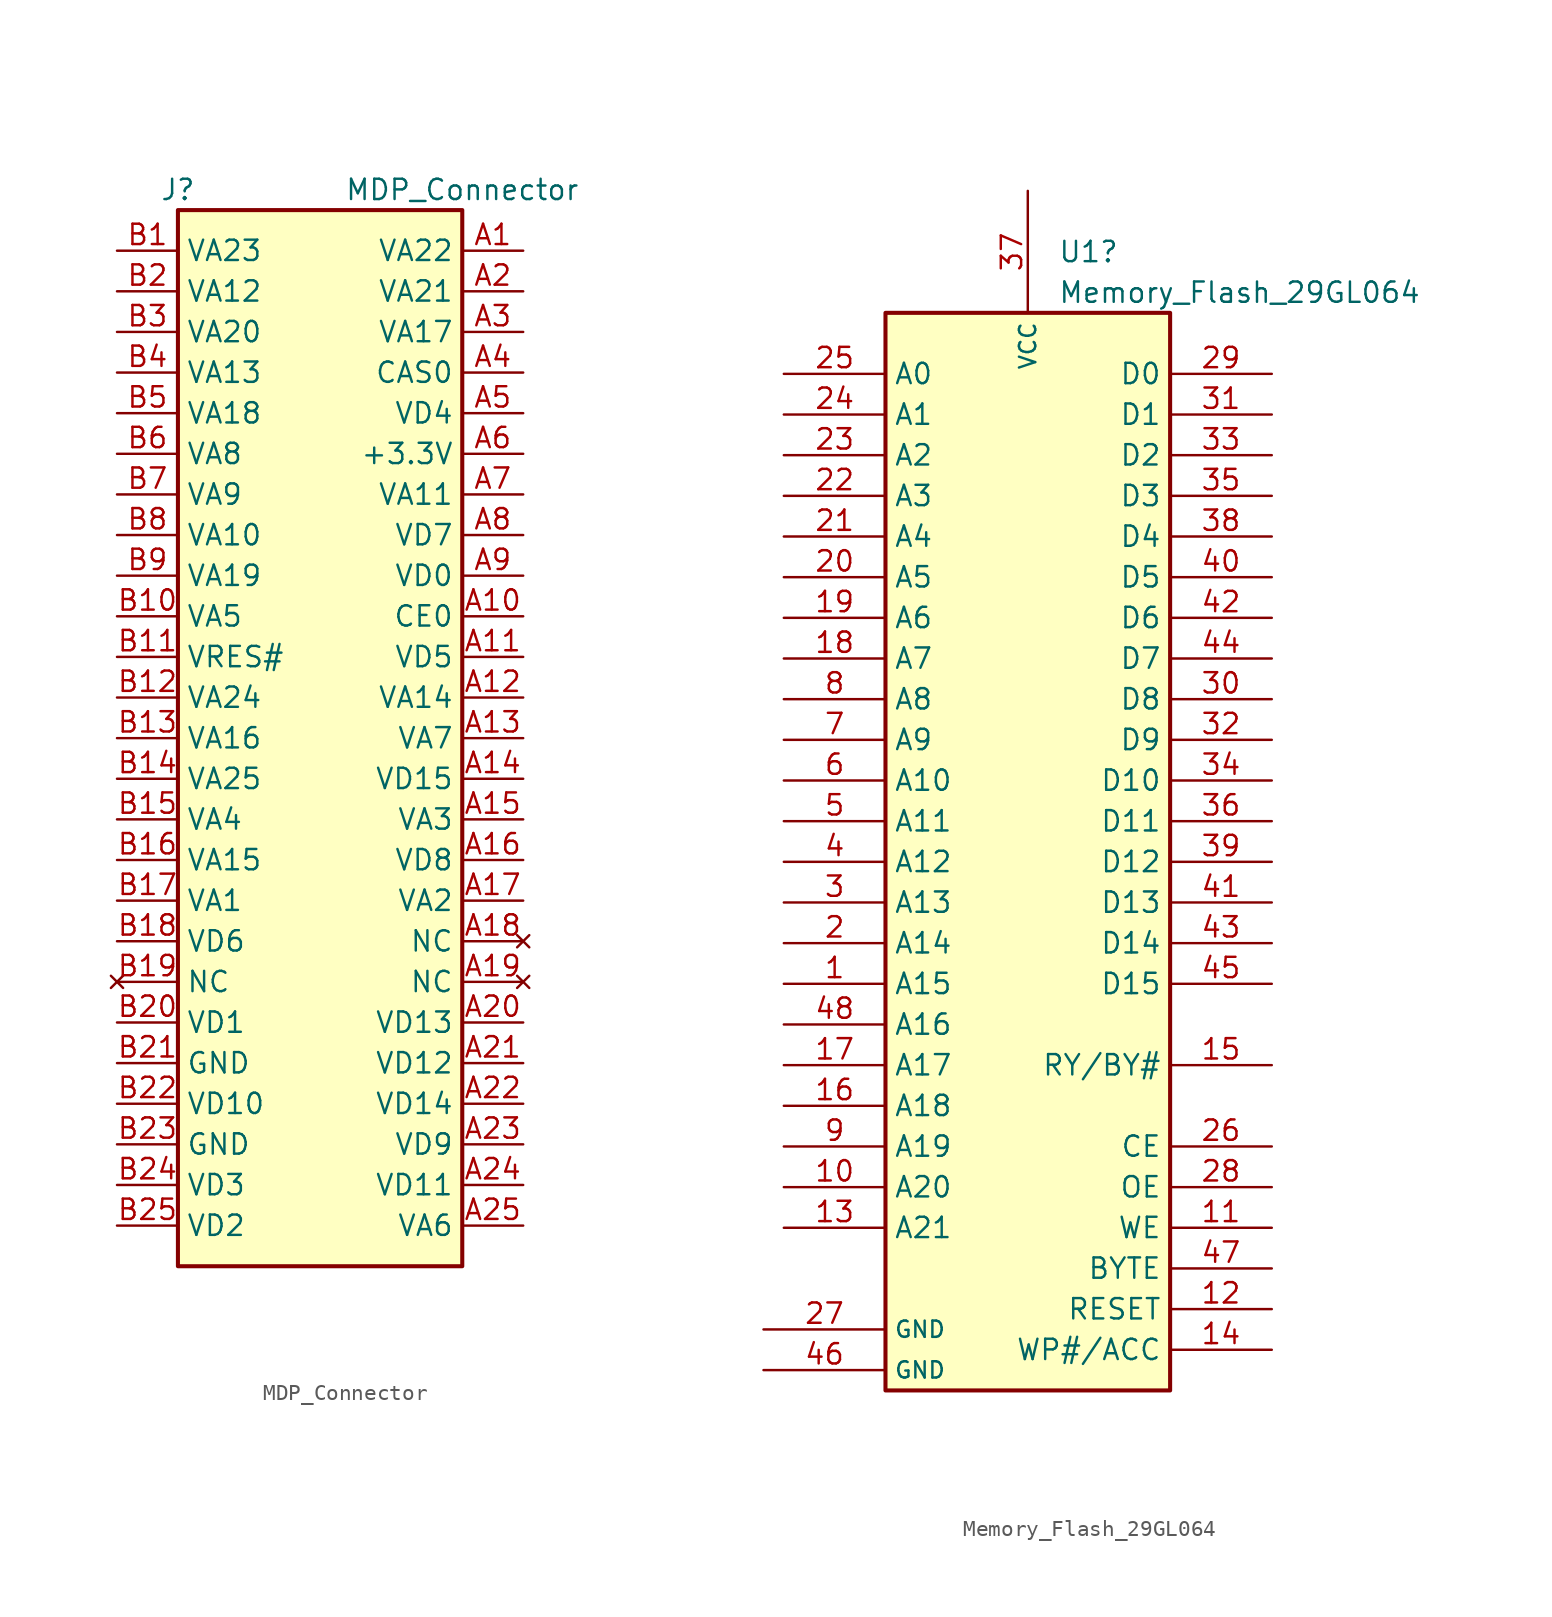
<source format=kicad_sym>
(kicad_symbol_lib
  (version 20241209)
  (generator "kicad_symbol_editor")
  (generator_version "9.0")
  (symbol "MDP_Connector"
    (property "Reference" "J"
      (at -8.89 34.29 0)
      (effects (font (size 1.27 1.27))))
    (property "Value" "MDP_Connector"
      (at 8.89 34.29 0)
      (effects (font (size 1.27 1.27))))
    (symbol "MDP_Connector_0_1"
      (rectangle (start -8.89 33.02) (end 8.89 -33.02) (stroke (width 0.254) (type default)) (fill (type background))))
    (symbol "MDP_Connector_1_1"
      (pin passive line (at -12.7 30.48 0) (length 3.81) (name "VA23" (effects (font (size 1.27 1.27)))) (number "B1" (effects (font (size 1.27 1.27)))))
      (pin passive line (at -12.7 27.94 0) (length 3.81) (name "VA12" (effects (font (size 1.27 1.27)))) (number "B2" (effects (font (size 1.27 1.27)))))
      (pin passive line (at -12.7 25.4 0) (length 3.81) (name "VA20" (effects (font (size 1.27 1.27)))) (number "B3" (effects (font (size 1.27 1.27)))))
      (pin passive line (at -12.7 22.86 0) (length 3.81) (name "VA13" (effects (font (size 1.27 1.27)))) (number "B4" (effects (font (size 1.27 1.27)))))
      (pin passive line (at -12.7 20.32 0) (length 3.81) (name "VA18" (effects (font (size 1.27 1.27)))) (number "B5" (effects (font (size 1.27 1.27)))))
      (pin passive line (at -12.7 17.78 0) (length 3.81) (name "VA8" (effects (font (size 1.27 1.27)))) (number "B6" (effects (font (size 1.27 1.27)))))
      (pin passive line (at -12.7 15.24 0) (length 3.81) (name "VA9" (effects (font (size 1.27 1.27)))) (number "B7" (effects (font (size 1.27 1.27)))))
      (pin passive line (at -12.7 12.7 0) (length 3.81) (name "VA10" (effects (font (size 1.27 1.27)))) (number "B8" (effects (font (size 1.27 1.27)))))
      (pin passive line (at -12.7 10.16 0) (length 3.81) (name "VA19" (effects (font (size 1.27 1.27)))) (number "B9" (effects (font (size 1.27 1.27)))))
      (pin passive line (at -12.7 7.62 0) (length 3.81) (name "VA5" (effects (font (size 1.27 1.27)))) (number "B10" (effects (font (size 1.27 1.27)))))
      (pin passive line (at -12.7 5.08 0) (length 3.81) (name "VRES#" (effects (font (size 1.27 1.27)))) (number "B11" (effects (font (size 1.27 1.27)))))
      (pin passive line (at -12.7 2.54 0) (length 3.81) (name "VA24" (effects (font (size 1.27 1.27)))) (number "B12" (effects (font (size 1.27 1.27)))))
      (pin passive line (at -12.7 0 0) (length 3.81) (name "VA16" (effects (font (size 1.27 1.27)))) (number "B13" (effects (font (size 1.27 1.27)))))
      (pin passive line (at -12.7 -2.54 0) (length 3.81) (name "VA25" (effects (font (size 1.27 1.27)))) (number "B14" (effects (font (size 1.27 1.27)))))
      (pin passive line (at -12.7 -5.08 0) (length 3.81) (name "VA4" (effects (font (size 1.27 1.27)))) (number "B15" (effects (font (size 1.27 1.27)))))
      (pin passive line (at -12.7 -7.62 0) (length 3.81) (name "VA15" (effects (font (size 1.27 1.27)))) (number "B16" (effects (font (size 1.27 1.27)))))
      (pin passive line (at -12.7 -10.16 0) (length 3.81) (name "VA1" (effects (font (size 1.27 1.27)))) (number "B17" (effects (font (size 1.27 1.27)))))
      (pin passive line (at -12.7 -12.7 0) (length 3.81) (name "VD6" (effects (font (size 1.27 1.27)))) (number "B18" (effects (font (size 1.27 1.27)))))
      (pin no_connect line (at -12.7 -15.24 0) (length 3.81) (name "NC" (effects (font (size 1.27 1.27)))) (number "B19" (effects (font (size 1.27 1.27)))))
      (pin passive line (at -12.7 -17.78 0) (length 3.81) (name "VD1" (effects (font (size 1.27 1.27)))) (number "B20" (effects (font (size 1.27 1.27)))))
      (pin passive line (at -12.7 -20.32 0) (length 3.81) (name "GND" (effects (font (size 1.27 1.27)))) (number "B21" (effects (font (size 1.27 1.27)))))
      (pin passive line (at -12.7 -22.86 0) (length 3.81) (name "VD10" (effects (font (size 1.27 1.27)))) (number "B22" (effects (font (size 1.27 1.27)))))
      (pin passive line (at -12.7 -25.4 0) (length 3.81) (name "GND" (effects (font (size 1.27 1.27)))) (number "B23" (effects (font (size 1.27 1.27)))))
      (pin passive line (at -12.7 -27.94 0) (length 3.81) (name "VD3" (effects (font (size 1.27 1.27)))) (number "B24" (effects (font (size 1.27 1.27)))))
      (pin passive line (at -12.7 -30.48 0) (length 3.81) (name "VD2" (effects (font (size 1.27 1.27)))) (number "B25" (effects (font (size 1.27 1.27)))))
      (pin passive line (at 12.7 30.48 180) (length 3.81) (name "VA22" (effects (font (size 1.27 1.27)))) (number "A1" (effects (font (size 1.27 1.27)))))
      (pin passive line (at 12.7 27.94 180) (length 3.81) (name "VA21" (effects (font (size 1.27 1.27)))) (number "A2" (effects (font (size 1.27 1.27)))))
      (pin passive line (at 12.7 25.4 180) (length 3.81) (name "VA17" (effects (font (size 1.27 1.27)))) (number "A3" (effects (font (size 1.27 1.27)))))
      (pin passive line (at 12.7 22.86 180) (length 3.81) (name "CAS0" (effects (font (size 1.27 1.27)))) (number "A4" (effects (font (size 1.27 1.27)))))
      (pin passive line (at 12.7 20.32 180) (length 3.81) (name "VD4" (effects (font (size 1.27 1.27)))) (number "A5" (effects (font (size 1.27 1.27)))))
      (pin power_out line (at 12.7 17.78 180) (length 3.81) (name "+3.3V" (effects (font (size 1.27 1.27)))) (number "A6" (effects (font (size 1.27 1.27)))))
      (pin passive line (at 12.7 15.24 180) (length 3.81) (name "VA11" (effects (font (size 1.27 1.27)))) (number "A7" (effects (font (size 1.27 1.27)))))
      (pin passive line (at 12.7 12.7 180) (length 3.81) (name "VD7" (effects (font (size 1.27 1.27)))) (number "A8" (effects (font (size 1.27 1.27)))))
      (pin passive line (at 12.7 10.16 180) (length 3.81) (name "VD0" (effects (font (size 1.27 1.27)))) (number "A9" (effects (font (size 1.27 1.27)))))
      (pin passive line (at 12.7 7.62 180) (length 3.81) (name "CE0" (effects (font (size 1.27 1.27)))) (number "A10" (effects (font (size 1.27 1.27)))))
      (pin passive line (at 12.7 5.08 180) (length 3.81) (name "VD5" (effects (font (size 1.27 1.27)))) (number "A11" (effects (font (size 1.27 1.27)))))
      (pin passive line (at 12.7 2.54 180) (length 3.81) (name "VA14" (effects (font (size 1.27 1.27)))) (number "A12" (effects (font (size 1.27 1.27)))))
      (pin passive line (at 12.7 0 180) (length 3.81) (name "VA7" (effects (font (size 1.27 1.27)))) (number "A13" (effects (font (size 1.27 1.27)))))
      (pin passive line (at 12.7 -2.54 180) (length 3.81) (name "VD15" (effects (font (size 1.27 1.27)))) (number "A14" (effects (font (size 1.27 1.27)))))
      (pin passive line (at 12.7 -5.08 180) (length 3.81) (name "VA3" (effects (font (size 1.27 1.27)))) (number "A15" (effects (font (size 1.27 1.27)))))
      (pin passive line (at 12.7 -7.62 180) (length 3.81) (name "VD8" (effects (font (size 1.27 1.27)))) (number "A16" (effects (font (size 1.27 1.27)))))
      (pin passive line (at 12.7 -10.16 180) (length 3.81) (name "VA2" (effects (font (size 1.27 1.27)))) (number "A17" (effects (font (size 1.27 1.27)))))
      (pin no_connect line (at 12.7 -12.7 180) (length 3.81) (name "NC" (effects (font (size 1.27 1.27)))) (number "A18" (effects (font (size 1.27 1.27)))))
      (pin no_connect line (at 12.7 -15.24 180) (length 3.81) (name "NC" (effects (font (size 1.27 1.27)))) (number "A19" (effects (font (size 1.27 1.27)))))
      (pin passive line (at 12.7 -17.78 180) (length 3.81) (name "VD13" (effects (font (size 1.27 1.27)))) (number "A20" (effects (font (size 1.27 1.27)))))
      (pin passive line (at 12.7 -20.32 180) (length 3.81) (name "VD12" (effects (font (size 1.27 1.27)))) (number "A21" (effects (font (size 1.27 1.27)))))
      (pin passive line (at 12.7 -22.86 180) (length 3.81) (name "VD14" (effects (font (size 1.27 1.27)))) (number "A22" (effects (font (size 1.27 1.27)))))
      (pin passive line (at 12.7 -25.4 180) (length 3.81) (name "VD9" (effects (font (size 1.27 1.27)))) (number "A23" (effects (font (size 1.27 1.27)))))
      (pin passive line (at 12.7 -27.94 180) (length 3.81) (name "VD11" (effects (font (size 1.27 1.27)))) (number "A24" (effects (font (size 1.27 1.27)))))
      (pin passive line (at 12.7 -30.48 180) (length 3.81) (name "VA6" (effects (font (size 1.27 1.27)))) (number "A25" (effects (font (size 1.27 1.27)))))))
  (symbol "Memory_Flash_29GL064"
    (property "Reference" "U1"
      (at 1.88 33.02 0)
      (effects (font (size 1.27 1.27)) (justify left)))
    (property "Value" "Memory_Flash_29GL064"
      (at 1.88 30.48 0)
      (effects (font (size 1.27 1.27)) (justify left)))
    (symbol "Memory_Flash_29GL064_0_1"
      (rectangle (start -8.89 29.21) (end 8.89 -38.1) (stroke (width 0.254) (type default)) (fill (type background))))
    (symbol "Memory_Flash_29GL064_1_1"
      (pin power_in line (at -16.51 -34.29 0) (length 7.62) (name "GND" (effects (font (size 1.016 1.016)))) (number "27" (effects (font (size 1.27 1.27)))))
      (pin power_in line (at -16.51 -36.83 0) (length 7.62) (name "GND" (effects (font (size 1.016 1.016)))) (number "46" (effects (font (size 1.27 1.27)))))
      (pin input line (at -15.24 25.4 0) (length 6.35) (name "A0" (effects (font (size 1.27 1.27)))) (number "25" (effects (font (size 1.27 1.27)))))
      (pin input line (at -15.24 22.86 0) (length 6.35) (name "A1" (effects (font (size 1.27 1.27)))) (number "24" (effects (font (size 1.27 1.27)))))
      (pin input line (at -15.24 20.32 0) (length 6.35) (name "A2" (effects (font (size 1.27 1.27)))) (number "23" (effects (font (size 1.27 1.27)))))
      (pin input line (at -15.24 17.78 0) (length 6.35) (name "A3" (effects (font (size 1.27 1.27)))) (number "22" (effects (font (size 1.27 1.27)))))
      (pin input line (at -15.24 15.24 0) (length 6.35) (name "A4" (effects (font (size 1.27 1.27)))) (number "21" (effects (font (size 1.27 1.27)))))
      (pin input line (at -15.24 12.7 0) (length 6.35) (name "A5" (effects (font (size 1.27 1.27)))) (number "20" (effects (font (size 1.27 1.27)))))
      (pin input line (at -15.24 10.16 0) (length 6.35) (name "A6" (effects (font (size 1.27 1.27)))) (number "19" (effects (font (size 1.27 1.27)))))
      (pin input line (at -15.24 7.62 0) (length 6.35) (name "A7" (effects (font (size 1.27 1.27)))) (number "18" (effects (font (size 1.27 1.27)))))
      (pin input line (at -15.24 5.08 0) (length 6.35) (name "A8" (effects (font (size 1.27 1.27)))) (number "8" (effects (font (size 1.27 1.27)))))
      (pin input line (at -15.24 2.54 0) (length 6.35) (name "A9" (effects (font (size 1.27 1.27)))) (number "7" (effects (font (size 1.27 1.27)))))
      (pin input line (at -15.24 0 0) (length 6.35) (name "A10" (effects (font (size 1.27 1.27)))) (number "6" (effects (font (size 1.27 1.27)))))
      (pin input line (at -15.24 -2.54 0) (length 6.35) (name "A11" (effects (font (size 1.27 1.27)))) (number "5" (effects (font (size 1.27 1.27)))))
      (pin input line (at -15.24 -5.08 0) (length 6.35) (name "A12" (effects (font (size 1.27 1.27)))) (number "4" (effects (font (size 1.27 1.27)))))
      (pin input line (at -15.24 -7.62 0) (length 6.35) (name "A13" (effects (font (size 1.27 1.27)))) (number "3" (effects (font (size 1.27 1.27)))))
      (pin input line (at -15.24 -10.16 0) (length 6.35) (name "A14" (effects (font (size 1.27 1.27)))) (number "2" (effects (font (size 1.27 1.27)))))
      (pin input line (at -15.24 -12.7 0) (length 6.35) (name "A15" (effects (font (size 1.27 1.27)))) (number "1" (effects (font (size 1.27 1.27)))))
      (pin input line (at -15.24 -15.24 0) (length 6.35) (name "A16" (effects (font (size 1.27 1.27)))) (number "48" (effects (font (size 1.27 1.27)))))
      (pin input line (at -15.24 -17.78 0) (length 6.35) (name "A17" (effects (font (size 1.27 1.27)))) (number "17" (effects (font (size 1.27 1.27)))))
      (pin input line (at -15.24 -20.32 0) (length 6.35) (name "A18" (effects (font (size 1.27 1.27)))) (number "16" (effects (font (size 1.27 1.27)))))
      (pin input line (at -15.24 -22.86 0) (length 6.35) (name "A19" (effects (font (size 1.27 1.27)))) (number "9" (effects (font (size 1.27 1.27)))))
      (pin input line (at -15.24 -25.4 0) (length 6.35) (name "A20" (effects (font (size 1.27 1.27)))) (number "10" (effects (font (size 1.27 1.27)))))
      (pin input line (at -15.24 -27.94 0) (length 6.35) (name "A21" (effects (font (size 1.27 1.27)))) (number "13" (effects (font (size 1.27 1.27)))))
      (pin power_in line (at 0 36.83 270) (length 7.62) (name "VCC" (effects (font (size 1.016 1.016)))) (number "37" (effects (font (size 1.27 1.27)))))
      (pin bidirectional line (at 15.24 25.4 180) (length 6.35) (name "D0" (effects (font (size 1.27 1.27)))) (number "29" (effects (font (size 1.27 1.27)))))
      (pin bidirectional line (at 15.24 22.86 180) (length 6.35) (name "D1" (effects (font (size 1.27 1.27)))) (number "31" (effects (font (size 1.27 1.27)))))
      (pin bidirectional line (at 15.24 20.32 180) (length 6.35) (name "D2" (effects (font (size 1.27 1.27)))) (number "33" (effects (font (size 1.27 1.27)))))
      (pin bidirectional line (at 15.24 17.78 180) (length 6.35) (name "D3" (effects (font (size 1.27 1.27)))) (number "35" (effects (font (size 1.27 1.27)))))
      (pin bidirectional line (at 15.24 15.24 180) (length 6.35) (name "D4" (effects (font (size 1.27 1.27)))) (number "38" (effects (font (size 1.27 1.27)))))
      (pin bidirectional line (at 15.24 12.7 180) (length 6.35) (name "D5" (effects (font (size 1.27 1.27)))) (number "40" (effects (font (size 1.27 1.27)))))
      (pin bidirectional line (at 15.24 10.16 180) (length 6.35) (name "D6" (effects (font (size 1.27 1.27)))) (number "42" (effects (font (size 1.27 1.27)))))
      (pin bidirectional line (at 15.24 7.62 180) (length 6.35) (name "D7" (effects (font (size 1.27 1.27)))) (number "44" (effects (font (size 1.27 1.27)))))
      (pin bidirectional line (at 15.24 5.08 180) (length 6.35) (name "D8" (effects (font (size 1.27 1.27)))) (number "30" (effects (font (size 1.27 1.27)))))
      (pin bidirectional line (at 15.24 2.54 180) (length 6.35) (name "D9" (effects (font (size 1.27 1.27)))) (number "32" (effects (font (size 1.27 1.27)))))
      (pin bidirectional line (at 15.24 0 180) (length 6.35) (name "D10" (effects (font (size 1.27 1.27)))) (number "34" (effects (font (size 1.27 1.27)))))
      (pin bidirectional line (at 15.24 -2.54 180) (length 6.35) (name "D11" (effects (font (size 1.27 1.27)))) (number "36" (effects (font (size 1.27 1.27)))))
      (pin bidirectional line (at 15.24 -5.08 180) (length 6.35) (name "D12" (effects (font (size 1.27 1.27)))) (number "39" (effects (font (size 1.27 1.27)))))
      (pin bidirectional line (at 15.24 -7.62 180) (length 6.35) (name "D13" (effects (font (size 1.27 1.27)))) (number "41" (effects (font (size 1.27 1.27)))))
      (pin bidirectional line (at 15.24 -10.16 180) (length 6.35) (name "D14" (effects (font (size 1.27 1.27)))) (number "43" (effects (font (size 1.27 1.27)))))
      (pin bidirectional line (at 15.24 -12.7 180) (length 6.35) (name "D15" (effects (font (size 1.27 1.27)))) (number "45" (effects (font (size 1.27 1.27)))))
      (pin input line (at 15.24 -17.78 180) (length 6.35) (name "RY/BY#" (effects (font (size 1.27 1.27)))) (number "15" (effects (font (size 1.27 1.27)))))
      (pin input line (at 15.24 -22.86 180) (length 6.35) (name "CE" (effects (font (size 1.27 1.27)))) (number "26" (effects (font (size 1.27 1.27)))))
      (pin input line (at 15.24 -25.4 180) (length 6.35) (name "OE" (effects (font (size 1.27 1.27)))) (number "28" (effects (font (size 1.27 1.27)))))
      (pin input line (at 15.24 -27.94 180) (length 6.35) (name "WE" (effects (font (size 1.27 1.27)))) (number "11" (effects (font (size 1.27 1.27)))))
      (pin input line (at 15.24 -30.48 180) (length 6.35) (name "BYTE" (effects (font (size 1.27 1.27)))) (number "47" (effects (font (size 1.27 1.27)))))
      (pin input line (at 15.24 -33.02 180) (length 6.35) (name "RESET" (effects (font (size 1.27 1.27)))) (number "12" (effects (font (size 1.27 1.27)))))
      (pin input line (at 15.24 -35.56 180) (length 6.35) (name "WP#/ACC" (effects (font (size 1.27 1.27)))) (number "14" (effects (font (size 1.27 1.27))))))))
</source>
